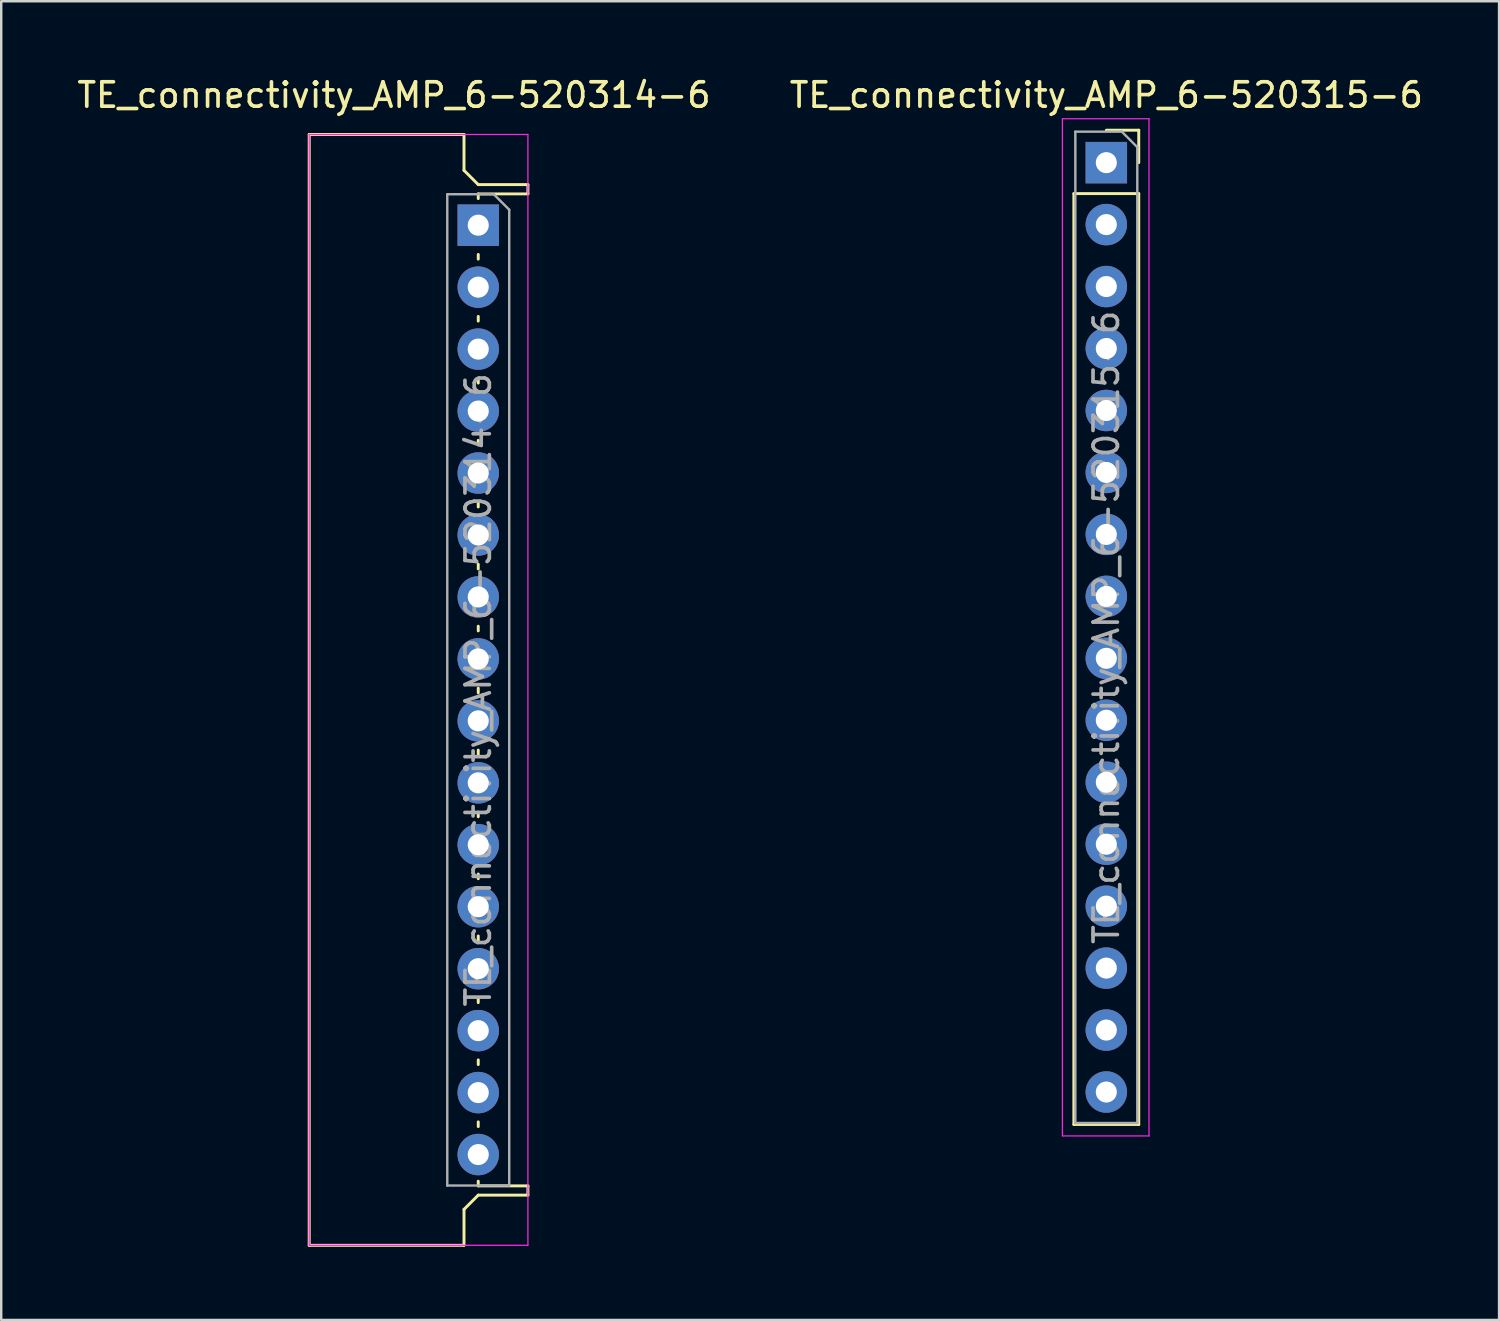
<source format=kicad_pcb>
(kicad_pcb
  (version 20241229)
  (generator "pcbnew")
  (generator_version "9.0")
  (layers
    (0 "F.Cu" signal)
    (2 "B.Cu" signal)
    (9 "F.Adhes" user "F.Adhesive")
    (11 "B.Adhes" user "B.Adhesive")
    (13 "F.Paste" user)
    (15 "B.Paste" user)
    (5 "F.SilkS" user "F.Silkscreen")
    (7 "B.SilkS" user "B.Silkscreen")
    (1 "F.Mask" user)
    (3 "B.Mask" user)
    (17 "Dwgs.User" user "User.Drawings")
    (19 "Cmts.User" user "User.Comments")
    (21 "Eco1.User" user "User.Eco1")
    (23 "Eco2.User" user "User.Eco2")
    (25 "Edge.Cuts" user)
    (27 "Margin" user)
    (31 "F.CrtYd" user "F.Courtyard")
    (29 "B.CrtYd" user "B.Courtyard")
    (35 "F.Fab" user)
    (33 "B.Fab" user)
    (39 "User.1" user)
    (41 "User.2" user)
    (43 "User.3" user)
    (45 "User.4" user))
  (footprint "TE_connectivity_AMP_6-520315-6"
    (layer "F.Cu")
    (at 42.304 3.618)
    (property "Reference" "TE_connectivity_AMP_6-520315-6" (at 0 -2.77 0) (layer "F.SilkS") (effects (font (size 1 1) (thickness 0.15))))
    (attr through_hole)
    (fp_line (start -1.33 1.27) (end -1.33 39.43) (stroke (width 0.12) (type solid)) (layer "F.SilkS"))
    (fp_line (start -1.33 1.27) (end 1.33 1.27) (stroke (width 0.12) (type solid)) (layer "F.SilkS"))
    (fp_line (start -1.33 39.43) (end 1.33 39.43) (stroke (width 0.12) (type solid)) (layer "F.SilkS"))
    (fp_line (start 0 -1.33) (end 1.33 -1.33) (stroke (width 0.12) (type solid)) (layer "F.SilkS"))
    (fp_line (start 1.33 -1.33) (end 1.33 0) (stroke (width 0.12) (type solid)) (layer "F.SilkS"))
    (fp_line (start 1.33 1.27) (end 1.33 39.43) (stroke (width 0.12) (type solid)) (layer "F.SilkS"))
    (fp_line (start -1.8 -1.8) (end 1.75 -1.8) (stroke (width 0.05) (type solid)) (layer "F.CrtYd"))
    (fp_line (start -1.8 39.9) (end -1.8 -1.8) (stroke (width 0.05) (type solid)) (layer "F.CrtYd"))
    (fp_line (start 1.75 -1.8) (end 1.75 39.9) (stroke (width 0.05) (type solid)) (layer "F.CrtYd"))
    (fp_line (start 1.75 39.9) (end -1.8 39.9) (stroke (width 0.05) (type solid)) (layer "F.CrtYd"))
    (fp_line (start -1.27 -1.27) (end 0.635 -1.27) (stroke (width 0.1) (type solid)) (layer "F.Fab"))
    (fp_line (start -1.27 39.37) (end -1.27 -1.27) (stroke (width 0.1) (type solid)) (layer "F.Fab"))
    (fp_line (start 0.635 -1.27) (end 1.27 -0.635) (stroke (width 0.1) (type solid)) (layer "F.Fab"))
    (fp_line (start 1.27 -0.635) (end 1.27 39.37) (stroke (width 0.1) (type solid)) (layer "F.Fab"))
    (fp_line (start 1.27 39.37) (end -1.27 39.37) (stroke (width 0.1) (type solid)) (layer "F.Fab"))
    (fp_text user "${REFERENCE}" (at 0 19.05 90) (layer "F.Fab") (effects (font (size 1 1) (thickness 0.15))))
    (pad "1" thru_hole rect (at 0 0) (size 1.7 1.7) (drill 0.864) (layers "*.Cu" "*.Mask"))
    (pad "2" thru_hole oval (at 0 2.54) (size 1.7 1.7) (drill 0.864) (layers "*.Cu" "*.Mask"))
    (pad "3" thru_hole oval (at 0 5.08) (size 1.7 1.7) (drill 0.864) (layers "*.Cu" "*.Mask"))
    (pad "4" thru_hole oval (at 0 7.62) (size 1.7 1.7) (drill 0.864) (layers "*.Cu" "*.Mask"))
    (pad "5" thru_hole oval (at 0 10.16) (size 1.7 1.7) (drill 0.864) (layers "*.Cu" "*.Mask"))
    (pad "6" thru_hole oval (at 0 12.7) (size 1.7 1.7) (drill 0.864) (layers "*.Cu" "*.Mask"))
    (pad "7" thru_hole oval (at 0 15.24) (size 1.7 1.7) (drill 0.864) (layers "*.Cu" "*.Mask"))
    (pad "8" thru_hole oval (at 0 17.78) (size 1.7 1.7) (drill 0.864) (layers "*.Cu" "*.Mask"))
    (pad "9" thru_hole oval (at 0 20.32) (size 1.7 1.7) (drill 0.864) (layers "*.Cu" "*.Mask"))
    (pad "10" thru_hole oval (at 0 22.86) (size 1.7 1.7) (drill 0.864) (layers "*.Cu" "*.Mask"))
    (pad "11" thru_hole oval (at 0 25.4) (size 1.7 1.7) (drill 0.864) (layers "*.Cu" "*.Mask"))
    (pad "12" thru_hole oval (at 0 27.94) (size 1.7 1.7) (drill 0.864) (layers "*.Cu" "*.Mask"))
    (pad "13" thru_hole oval (at 0 30.48) (size 1.7 1.7) (drill 0.864) (layers "*.Cu" "*.Mask"))
    (pad "14" thru_hole oval (at 0 33.02) (size 1.7 1.7) (drill 0.864) (layers "*.Cu" "*.Mask"))
    (pad "15" thru_hole oval (at 0 35.56) (size 1.7 1.7) (drill 0.864) (layers "*.Cu" "*.Mask"))
    (pad "16" thru_hole oval (at 0 38.1) (size 1.7 1.7) (drill 0.864) (layers "*.Cu" "*.Mask")))
  (footprint "TE_connectivity_AMP_6-520314-6"
    (layer "F.Cu")
    (at 16.556 6.182)
    (property "Reference" "TE_connectivity_AMP_6-520314-6" (at -3.454 -5.334 0) (layer "F.SilkS") (effects (font (size 1 1) (thickness 0.15))))
    (attr through_hole)
    (fp_line (start -6.93 -3.72) (end -6.93 41.82) (stroke (width 0.12) (type solid)) (layer "F.SilkS"))
    (fp_line (start -6.93 -3.72) (end -0.584 -3.72) (stroke (width 0.12) (type solid)) (layer "F.SilkS"))
    (fp_line (start -6.93 41.82) (end -0.584 41.82) (stroke (width 0.12) (type solid)) (layer "F.SilkS"))
    (fp_line (start -0.584 -3.72) (end -0.584 -2.247) (stroke (width 0.12) (type solid)) (layer "F.SilkS"))
    (fp_line (start -0.584 -2.247) (end 0 -1.663) (stroke (width 0.12) (type solid)) (layer "F.SilkS"))
    (fp_line (start -0.584 41.82) (end -0.584 40.347) (stroke (width 0.12) (type solid)) (layer "F.SilkS"))
    (fp_line (start 0 -1.663) (end 2.036 -1.663) (stroke (width 0.12) (type solid)) (layer "F.SilkS"))
    (fp_line (start 0 -1.283) (end 0 -1.092) (stroke (width 0.12) (type solid)) (layer "F.SilkS"))
    (fp_line (start 0 1.2) (end 0 1.391) (stroke (width 0.12) (type solid)) (layer "F.SilkS"))
    (fp_line (start 0 3.74) (end 0 3.931) (stroke (width 0.12) (type solid)) (layer "F.SilkS"))
    (fp_line (start 0 6.28) (end 0 6.471) (stroke (width 0.12) (type solid)) (layer "F.SilkS"))
    (fp_line (start 0 8.82) (end 0 9.011) (stroke (width 0.12) (type solid)) (layer "F.SilkS"))
    (fp_line (start 0 11.36) (end 0 11.551) (stroke (width 0.12) (type solid)) (layer "F.SilkS"))
    (fp_line (start 0 13.9) (end 0 14.091) (stroke (width 0.12) (type solid)) (layer "F.SilkS"))
    (fp_line (start 0 16.44) (end 0 16.631) (stroke (width 0.12) (type solid)) (layer "F.SilkS"))
    (fp_line (start 0 18.98) (end 0 19.171) (stroke (width 0.12) (type solid)) (layer "F.SilkS"))
    (fp_line (start 0 21.52) (end 0 21.711) (stroke (width 0.12) (type solid)) (layer "F.SilkS"))
    (fp_line (start 0 24.06) (end 0 24.251) (stroke (width 0.12) (type solid)) (layer "F.SilkS"))
    (fp_line (start 0 26.6) (end 0 26.791) (stroke (width 0.12) (type solid)) (layer "F.SilkS"))
    (fp_line (start 0 29.14) (end 0 29.331) (stroke (width 0.12) (type solid)) (layer "F.SilkS"))
    (fp_line (start 0 31.68) (end 0 31.871) (stroke (width 0.12) (type solid)) (layer "F.SilkS"))
    (fp_line (start 0 34.22) (end 0 34.411) (stroke (width 0.12) (type solid)) (layer "F.SilkS"))
    (fp_line (start 0 36.76) (end 0 36.951) (stroke (width 0.12) (type solid)) (layer "F.SilkS"))
    (fp_line (start 0 39.192) (end 0 39.383) (stroke (width 0.12) (type solid)) (layer "F.SilkS"))
    (fp_line (start 0 39.383) (end 2.036 39.383) (stroke (width 0.12) (type solid)) (layer "F.SilkS"))
    (fp_line (start 0 39.763) (end -0.584 40.347) (stroke (width 0.12) (type solid)) (layer "F.SilkS"))
    (fp_line (start 2.036 -1.663) (end 2.036 -1.283) (stroke (width 0.12) (type solid)) (layer "F.SilkS"))
    (fp_line (start 2.036 -1.283) (end 0 -1.283) (stroke (width 0.12) (type solid)) (layer "F.SilkS"))
    (fp_line (start 2.036 39.383) (end 2.036 39.763) (stroke (width 0.12) (type solid)) (layer "F.SilkS"))
    (fp_line (start 2.036 39.763) (end 0 39.763) (stroke (width 0.12) (type solid)) (layer "F.SilkS"))
    (fp_line (start -6.93 -3.72) (end 2.036 -3.72) (stroke (width 0.05) (type solid)) (layer "F.CrtYd"))
    (fp_line (start -6.93 41.82) (end -6.93 -3.72) (stroke (width 0.05) (type solid)) (layer "F.CrtYd"))
    (fp_line (start 2.036 -3.72) (end 2.036 41.82) (stroke (width 0.05) (type solid)) (layer "F.CrtYd"))
    (fp_line (start 2.036 41.82) (end -6.93 41.82) (stroke (width 0.05) (type solid)) (layer "F.CrtYd"))
    (fp_line (start -1.27 -1.27) (end 0.635 -1.27) (stroke (width 0.1) (type solid)) (layer "F.Fab"))
    (fp_line (start -1.27 39.37) (end -1.27 -1.27) (stroke (width 0.1) (type solid)) (layer "F.Fab"))
    (fp_line (start 0.635 -1.27) (end 1.27 -0.635) (stroke (width 0.1) (type solid)) (layer "F.Fab"))
    (fp_line (start 1.27 -0.635) (end 1.27 39.37) (stroke (width 0.1) (type solid)) (layer "F.Fab"))
    (fp_line (start 1.27 39.37) (end -1.27 39.37) (stroke (width 0.1) (type solid)) (layer "F.Fab"))
    (fp_text user "${REFERENCE}" (at 0 19.05 90) (layer "F.Fab") (effects (font (size 1 1) (thickness 0.15))))
    (pad "1" thru_hole rect (at 0 0) (size 1.7 1.7) (drill 0.864) (layers "*.Cu" "*.Mask"))
    (pad "2" thru_hole oval (at 0 2.54) (size 1.7 1.7) (drill 0.864) (layers "*.Cu" "*.Mask"))
    (pad "3" thru_hole oval (at 0 5.08) (size 1.7 1.7) (drill 0.864) (layers "*.Cu" "*.Mask"))
    (pad "4" thru_hole oval (at 0 7.62) (size 1.7 1.7) (drill 0.864) (layers "*.Cu" "*.Mask"))
    (pad "5" thru_hole oval (at 0 10.16) (size 1.7 1.7) (drill 0.864) (layers "*.Cu" "*.Mask"))
    (pad "6" thru_hole oval (at 0 12.7) (size 1.7 1.7) (drill 0.864) (layers "*.Cu" "*.Mask"))
    (pad "7" thru_hole oval (at 0 15.24) (size 1.7 1.7) (drill 0.864) (layers "*.Cu" "*.Mask"))
    (pad "8" thru_hole oval (at 0 17.78) (size 1.7 1.7) (drill 0.864) (layers "*.Cu" "*.Mask"))
    (pad "9" thru_hole oval (at 0 20.32) (size 1.7 1.7) (drill 0.864) (layers "*.Cu" "*.Mask"))
    (pad "10" thru_hole oval (at 0 22.86) (size 1.7 1.7) (drill 0.864) (layers "*.Cu" "*.Mask"))
    (pad "11" thru_hole oval (at 0 25.4) (size 1.7 1.7) (drill 0.864) (layers "*.Cu" "*.Mask"))
    (pad "12" thru_hole oval (at 0 27.94) (size 1.7 1.7) (drill 0.864) (layers "*.Cu" "*.Mask"))
    (pad "13" thru_hole oval (at 0 30.48) (size 1.7 1.7) (drill 0.864) (layers "*.Cu" "*.Mask"))
    (pad "14" thru_hole oval (at 0 33.02) (size 1.7 1.7) (drill 0.864) (layers "*.Cu" "*.Mask"))
    (pad "15" thru_hole oval (at 0 35.56) (size 1.7 1.7) (drill 0.864) (layers "*.Cu" "*.Mask"))
    (pad "16" thru_hole oval (at 0 38.1) (size 1.7 1.7) (drill 0.864) (layers "*.Cu" "*.Mask")))
  (gr_rect
    (start -3 -3)
    (end 58.405 51.062)
    (stroke (width 0.1) (type default))
    (fill no)
    (layer "Edge.Cuts")))
</source>
